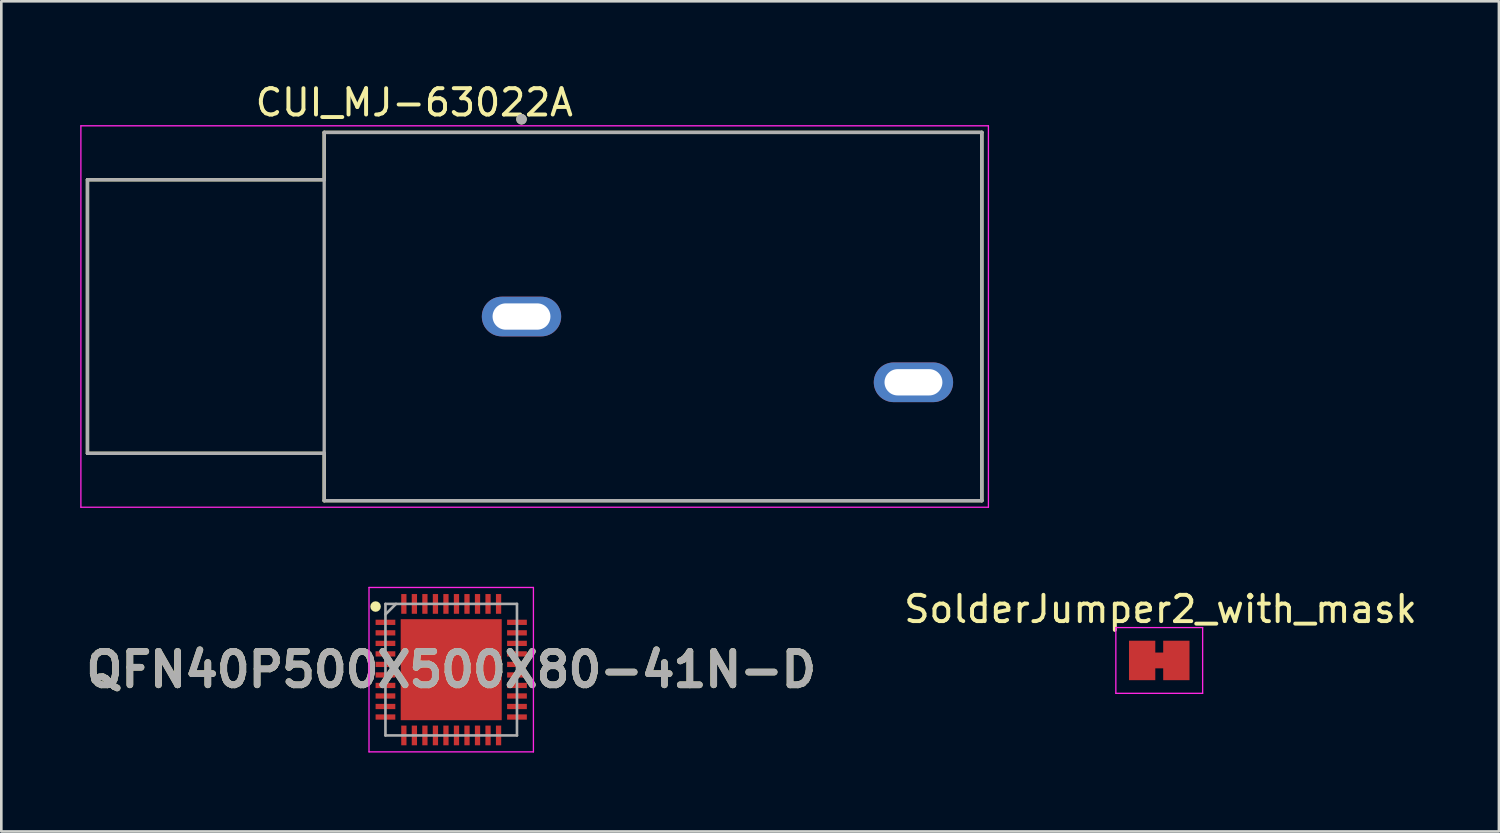
<source format=kicad_pcb>
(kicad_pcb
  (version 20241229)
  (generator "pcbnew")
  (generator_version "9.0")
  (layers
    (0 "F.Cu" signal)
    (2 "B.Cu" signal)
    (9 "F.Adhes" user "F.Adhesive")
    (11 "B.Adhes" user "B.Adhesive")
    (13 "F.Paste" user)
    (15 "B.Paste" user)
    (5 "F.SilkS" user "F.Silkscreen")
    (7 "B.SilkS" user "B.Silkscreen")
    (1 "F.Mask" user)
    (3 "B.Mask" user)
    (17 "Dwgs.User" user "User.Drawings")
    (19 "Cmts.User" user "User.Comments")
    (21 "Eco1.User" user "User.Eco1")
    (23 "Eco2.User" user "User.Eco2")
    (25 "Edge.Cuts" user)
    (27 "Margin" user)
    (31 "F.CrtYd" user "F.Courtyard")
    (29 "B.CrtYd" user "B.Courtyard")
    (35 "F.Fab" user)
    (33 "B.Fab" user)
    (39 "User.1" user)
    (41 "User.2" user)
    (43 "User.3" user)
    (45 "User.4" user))
  (footprint "QFN40P500X500X80-41N-D"
    (layer "F.Cu")
    (at 14.103 22.408)
    (property "Reference" "QFN40P500X500X80-41N-D" (at 0 0 0) (layer "F.SilkS") (effects (font (size 1.27 1.27) (thickness 0.254))))
    (attr smd)
    (fp_circle (center -2.875 -2.4) (end -2.875 -2.3) (stroke (width 0.2) (type solid)) (fill no) (layer "F.SilkS"))
    (fp_line (start -3.125 -3.125) (end 3.125 -3.125) (stroke (width 0.05) (type solid)) (layer "F.CrtYd"))
    (fp_line (start -3.125 3.125) (end -3.125 -3.125) (stroke (width 0.05) (type solid)) (layer "F.CrtYd"))
    (fp_line (start 3.125 -3.125) (end 3.125 3.125) (stroke (width 0.05) (type solid)) (layer "F.CrtYd"))
    (fp_line (start 3.125 3.125) (end -3.125 3.125) (stroke (width 0.05) (type solid)) (layer "F.CrtYd"))
    (fp_line (start -2.5 -2.5) (end 2.5 -2.5) (stroke (width 0.1) (type solid)) (layer "F.Fab"))
    (fp_line (start -2.5 -2.1) (end -2.1 -2.5) (stroke (width 0.1) (type solid)) (layer "F.Fab"))
    (fp_line (start -2.5 2.5) (end -2.5 -2.5) (stroke (width 0.1) (type solid)) (layer "F.Fab"))
    (fp_line (start 2.5 -2.5) (end 2.5 2.5) (stroke (width 0.1) (type solid)) (layer "F.Fab"))
    (fp_line (start 2.5 2.5) (end -2.5 2.5) (stroke (width 0.1) (type solid)) (layer "F.Fab"))
    (fp_text user "${REFERENCE}" (at 0 0 0) (layer "F.Fab") (effects (font (size 1.27 1.27) (thickness 0.254))))
    (pad "1" smd rect (at -2.5 -1.8 90) (size 0.2 0.75) (layers "F.Cu" "F.Mask" "F.Paste"))
    (pad "2" smd rect (at -2.5 -1.4 90) (size 0.2 0.75) (layers "F.Cu" "F.Mask" "F.Paste"))
    (pad "3" smd rect (at -2.5 -1 90) (size 0.2 0.75) (layers "F.Cu" "F.Mask" "F.Paste"))
    (pad "4" smd rect (at -2.5 -0.6 90) (size 0.2 0.75) (layers "F.Cu" "F.Mask" "F.Paste"))
    (pad "5" smd rect (at -2.5 -0.2 90) (size 0.2 0.75) (layers "F.Cu" "F.Mask" "F.Paste"))
    (pad "6" smd rect (at -2.5 0.2 90) (size 0.2 0.75) (layers "F.Cu" "F.Mask" "F.Paste"))
    (pad "7" smd rect (at -2.5 0.6 90) (size 0.2 0.75) (layers "F.Cu" "F.Mask" "F.Paste"))
    (pad "8" smd rect (at -2.5 1 90) (size 0.2 0.75) (layers "F.Cu" "F.Mask" "F.Paste"))
    (pad "9" smd rect (at -2.5 1.4 90) (size 0.2 0.75) (layers "F.Cu" "F.Mask" "F.Paste"))
    (pad "10" smd rect (at -2.5 1.8 90) (size 0.2 0.75) (layers "F.Cu" "F.Mask" "F.Paste"))
    (pad "11" smd rect (at -1.8 2.5) (size 0.2 0.75) (layers "F.Cu" "F.Mask" "F.Paste"))
    (pad "12" smd rect (at -1.4 2.5) (size 0.2 0.75) (layers "F.Cu" "F.Mask" "F.Paste"))
    (pad "13" smd rect (at -1 2.5) (size 0.2 0.75) (layers "F.Cu" "F.Mask" "F.Paste"))
    (pad "14" smd rect (at -0.6 2.5) (size 0.2 0.75) (layers "F.Cu" "F.Mask" "F.Paste"))
    (pad "15" smd rect (at -0.2 2.5) (size 0.2 0.75) (layers "F.Cu" "F.Mask" "F.Paste"))
    (pad "16" smd rect (at 0.2 2.5) (size 0.2 0.75) (layers "F.Cu" "F.Mask" "F.Paste"))
    (pad "17" smd rect (at 0.6 2.5) (size 0.2 0.75) (layers "F.Cu" "F.Mask" "F.Paste"))
    (pad "18" smd rect (at 1 2.5) (size 0.2 0.75) (layers "F.Cu" "F.Mask" "F.Paste"))
    (pad "19" smd rect (at 1.4 2.5) (size 0.2 0.75) (layers "F.Cu" "F.Mask" "F.Paste"))
    (pad "20" smd rect (at 1.8 2.5) (size 0.2 0.75) (layers "F.Cu" "F.Mask" "F.Paste"))
    (pad "21" smd rect (at 2.5 1.8 90) (size 0.2 0.75) (layers "F.Cu" "F.Mask" "F.Paste"))
    (pad "22" smd rect (at 2.5 1.4 90) (size 0.2 0.75) (layers "F.Cu" "F.Mask" "F.Paste"))
    (pad "23" smd rect (at 2.5 1 90) (size 0.2 0.75) (layers "F.Cu" "F.Mask" "F.Paste"))
    (pad "24" smd rect (at 2.5 0.6 90) (size 0.2 0.75) (layers "F.Cu" "F.Mask" "F.Paste"))
    (pad "25" smd rect (at 2.5 0.2 90) (size 0.2 0.75) (layers "F.Cu" "F.Mask" "F.Paste"))
    (pad "26" smd rect (at 2.5 -0.2 90) (size 0.2 0.75) (layers "F.Cu" "F.Mask" "F.Paste"))
    (pad "27" smd rect (at 2.5 -0.6 90) (size 0.2 0.75) (layers "F.Cu" "F.Mask" "F.Paste"))
    (pad "28" smd rect (at 2.5 -1 90) (size 0.2 0.75) (layers "F.Cu" "F.Mask" "F.Paste"))
    (pad "29" smd rect (at 2.5 -1.4 90) (size 0.2 0.75) (layers "F.Cu" "F.Mask" "F.Paste"))
    (pad "30" smd rect (at 2.5 -1.8 90) (size 0.2 0.75) (layers "F.Cu" "F.Mask" "F.Paste"))
    (pad "31" smd rect (at 1.8 -2.5) (size 0.2 0.75) (layers "F.Cu" "F.Mask" "F.Paste"))
    (pad "32" smd rect (at 1.4 -2.5) (size 0.2 0.75) (layers "F.Cu" "F.Mask" "F.Paste"))
    (pad "33" smd rect (at 1 -2.5) (size 0.2 0.75) (layers "F.Cu" "F.Mask" "F.Paste"))
    (pad "34" smd rect (at 0.6 -2.5) (size 0.2 0.75) (layers "F.Cu" "F.Mask" "F.Paste"))
    (pad "35" smd rect (at 0.2 -2.5) (size 0.2 0.75) (layers "F.Cu" "F.Mask" "F.Paste"))
    (pad "36" smd rect (at -0.2 -2.5) (size 0.2 0.75) (layers "F.Cu" "F.Mask" "F.Paste"))
    (pad "37" smd rect (at -0.6 -2.5) (size 0.2 0.75) (layers "F.Cu" "F.Mask" "F.Paste"))
    (pad "38" smd rect (at -1 -2.5) (size 0.2 0.75) (layers "F.Cu" "F.Mask" "F.Paste"))
    (pad "39" smd rect (at -1.4 -2.5) (size 0.2 0.75) (layers "F.Cu" "F.Mask" "F.Paste"))
    (pad "40" smd rect (at -1.8 -2.5) (size 0.2 0.75) (layers "F.Cu" "F.Mask" "F.Paste"))
    (pad "41" smd rect (at 0 0) (size 3.84 3.84) (layers "F.Cu" "F.Mask" "F.Paste")))
  (footprint "SolderJumper2_with_mask"
    (layer "F.Cu")
    (at 41.069 20.607)
    (property "Reference" "SolderJumper2_with_mask" (at 0 -0.5 0) (unlocked yes) (layer "F.SilkS") (effects (font (size 1 1) (thickness 0.15))))
    (attr smd)
    (fp_poly (pts (xy -0.3 1.15) (xy 0.2 1.15) (xy 0.2 1.75) (xy -0.3 1.75)) (stroke (width 0) (type solid)) (fill yes) (layer "F.Cu"))
    (fp_line (start -1.7 0.2) (end -1.7 2.7) (stroke (width 0.05) (type solid)) (layer "F.CrtYd"))
    (fp_line (start -1.7 0.2) (end 1.6 0.2) (stroke (width 0.05) (type solid)) (layer "F.CrtYd"))
    (fp_line (start 1.6 2.7) (end -1.7 2.7) (stroke (width 0.05) (type solid)) (layer "F.CrtYd"))
    (fp_line (start 1.6 2.7) (end 1.6 0.2) (stroke (width 0.05) (type solid)) (layer "F.CrtYd"))
    (pad "1" smd rect (at -0.7 1.45) (size 1 1.5) (layers "F.Cu"))
    (pad "2" smd rect (at 0.6 1.45) (size 1 1.5) (layers "F.Cu")))
  (footprint "CUI_MJ-63022A"
    (layer "F.Cu")
    (at 16.775 8.983)
    (property "Reference" "CUI_MJ-63022A" (at -4.075 -8.135 0) (layer "F.SilkS") (effects (font (size 1 1) (thickness 0.15))))
    (attr through_hole)
    (fp_line (start -16.5 -5.2) (end -16.5 5.2) (stroke (width 0.127) (type solid)) (layer "F.SilkS"))
    (fp_line (start -16.5 5.2) (end -7.5 5.2) (stroke (width 0.127) (type solid)) (layer "F.SilkS"))
    (fp_line (start -7.5 -7) (end 17.5 -7) (stroke (width 0.127) (type solid)) (layer "F.SilkS"))
    (fp_line (start -7.5 -5.2) (end -16.5 -5.2) (stroke (width 0.127) (type solid)) (layer "F.SilkS"))
    (fp_line (start -7.5 -5.2) (end -7.5 -7) (stroke (width 0.127) (type solid)) (layer "F.SilkS"))
    (fp_line (start -7.5 7) (end -7.5 5.2) (stroke (width 0.127) (type solid)) (layer "F.SilkS"))
    (fp_line (start 17.5 -7) (end 17.5 7) (stroke (width 0.127) (type solid)) (layer "F.SilkS"))
    (fp_line (start 17.5 7) (end -7.5 7) (stroke (width 0.127) (type solid)) (layer "F.SilkS"))
    (fp_circle (center 0 -7.5) (end 0.1 -7.5) (stroke (width 0.2) (type solid)) (fill no) (layer "F.SilkS"))
    (fp_line (start -16.75 -7.25) (end 17.75 -7.25) (stroke (width 0.05) (type solid)) (layer "F.CrtYd"))
    (fp_line (start -16.75 7.25) (end -16.75 -7.25) (stroke (width 0.05) (type solid)) (layer "F.CrtYd"))
    (fp_line (start 17.75 -7.25) (end 17.75 7.25) (stroke (width 0.05) (type solid)) (layer "F.CrtYd"))
    (fp_line (start 17.75 7.25) (end -16.75 7.25) (stroke (width 0.05) (type solid)) (layer "F.CrtYd"))
    (fp_line (start -16.5 -5.2) (end -16.5 5.2) (stroke (width 0.127) (type solid)) (layer "F.Fab"))
    (fp_line (start -16.5 5.2) (end -7.5 5.2) (stroke (width 0.127) (type solid)) (layer "F.Fab"))
    (fp_line (start -7.5 -7) (end 17.5 -7) (stroke (width 0.127) (type solid)) (layer "F.Fab"))
    (fp_line (start -7.5 -5.2) (end -16.5 -5.2) (stroke (width 0.127) (type solid)) (layer "F.Fab"))
    (fp_line (start -7.5 -5.2) (end -7.5 -7) (stroke (width 0.127) (type solid)) (layer "F.Fab"))
    (fp_line (start -7.5 5.2) (end -7.5 -5.2) (stroke (width 0.127) (type solid)) (layer "F.Fab"))
    (fp_line (start -7.5 7) (end -7.5 5.2) (stroke (width 0.127) (type solid)) (layer "F.Fab"))
    (fp_line (start 17.5 -7) (end 17.5 7) (stroke (width 0.127) (type solid)) (layer "F.Fab"))
    (fp_line (start 17.5 7) (end -7.5 7) (stroke (width 0.127) (type solid)) (layer "F.Fab"))
    (fp_circle (center 0 -7.5) (end 0.1 -7.5) (stroke (width 0.2) (type solid)) (fill no) (layer "F.Fab"))
    (pad "1" thru_hole oval (at 0 0) (size 3.016 1.508) (drill oval 2.2 1) (layers "*.Cu" "*.Mask"))
    (pad "2" thru_hole oval (at 14.9 2.5) (size 3.016 1.508) (drill oval 2.2 1) (layers "*.Cu" "*.Mask")))
  (gr_rect
    (start -3 -3)
    (end 53.932 28.558)
    (stroke (width 0.1) (type default))
    (fill no)
    (layer "Edge.Cuts")))
</source>
